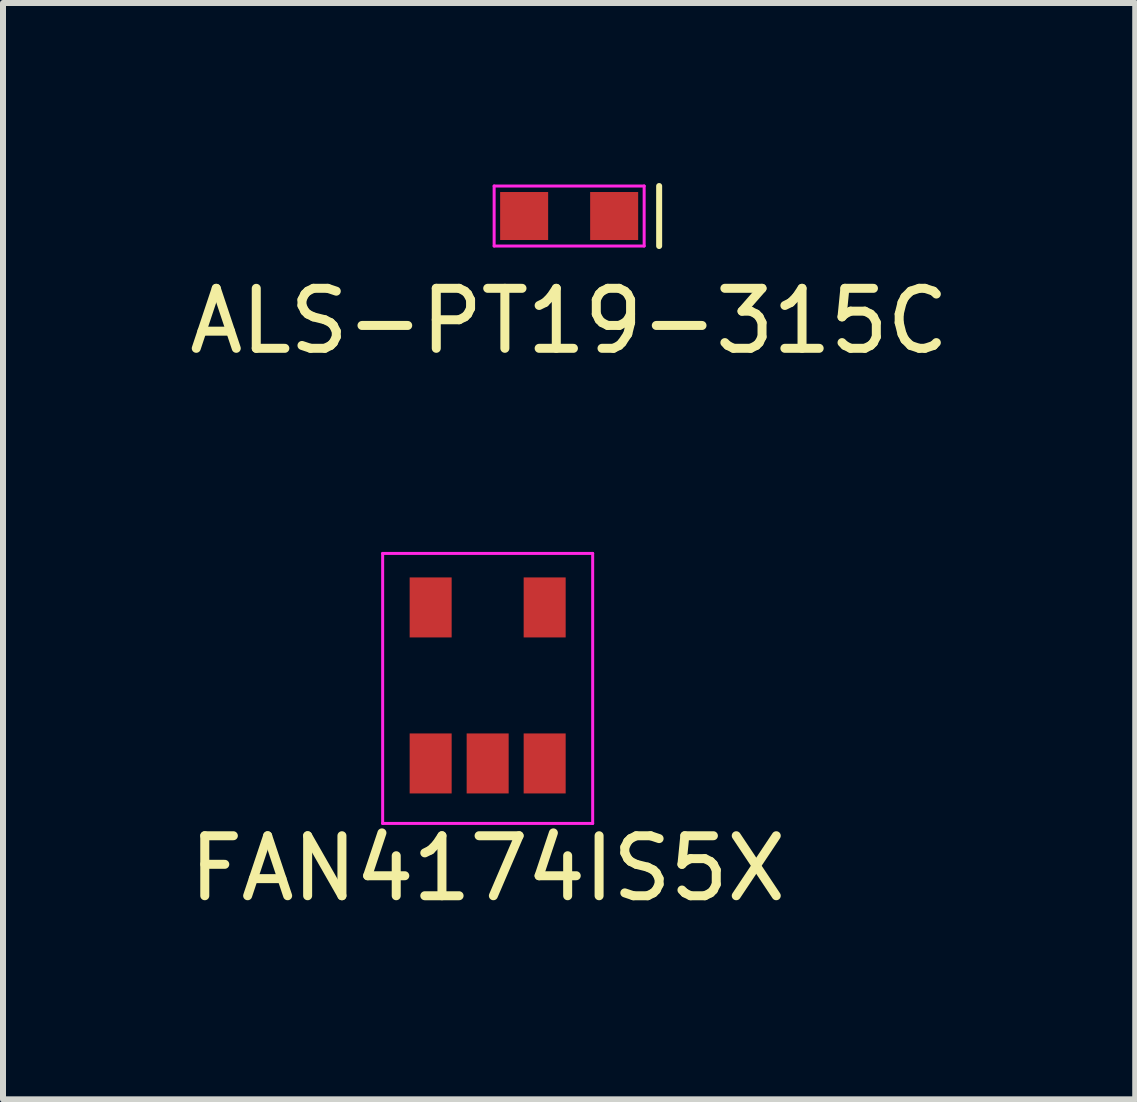
<source format=kicad_pcb>
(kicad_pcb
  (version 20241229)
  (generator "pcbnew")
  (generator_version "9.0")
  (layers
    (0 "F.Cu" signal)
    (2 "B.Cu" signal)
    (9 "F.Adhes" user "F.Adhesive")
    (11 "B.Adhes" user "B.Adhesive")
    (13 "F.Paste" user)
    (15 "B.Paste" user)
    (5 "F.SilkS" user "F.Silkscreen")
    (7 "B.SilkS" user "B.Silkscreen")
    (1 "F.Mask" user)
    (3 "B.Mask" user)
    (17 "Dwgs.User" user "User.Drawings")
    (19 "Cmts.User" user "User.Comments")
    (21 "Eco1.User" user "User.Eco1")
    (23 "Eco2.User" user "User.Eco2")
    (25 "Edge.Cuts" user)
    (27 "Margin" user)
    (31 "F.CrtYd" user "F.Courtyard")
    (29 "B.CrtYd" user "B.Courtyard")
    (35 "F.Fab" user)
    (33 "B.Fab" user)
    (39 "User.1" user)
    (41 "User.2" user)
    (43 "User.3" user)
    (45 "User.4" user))
  (footprint "ALS-PT19-315C"
    (layer "F.Cu")
    (at 6.435 0.55)
    (property "Reference" "ALS-PT19-315C" (at 0 1.75 0) (layer "F.SilkS") (effects (font (size 1 1) (thickness 0.15))))
    (attr smd)
    (fp_line (start 1.5 -0.5) (end 1.5 0.5) (stroke (width 0.1) (type solid)) (layer "F.SilkS"))
    (fp_line (start -1.25 -0.5) (end 1.25 -0.5) (stroke (width 0.05) (type solid)) (layer "F.CrtYd"))
    (fp_line (start -1.25 0.5) (end -1.25 -0.5) (stroke (width 0.05) (type solid)) (layer "F.CrtYd"))
    (fp_line (start 1.25 -0.5) (end 1.25 0.5) (stroke (width 0.05) (type solid)) (layer "F.CrtYd"))
    (fp_line (start 1.25 0.5) (end -1.25 0.5) (stroke (width 0.05) (type solid)) (layer "F.CrtYd"))
    (pad "1" smd rect (at -0.75 0) (size 0.8 0.8) (layers "F.Cu" "F.Mask" "F.Paste"))
    (pad "2" smd rect (at 0.75 0) (size 0.8 0.8) (layers "F.Cu" "F.Mask" "F.Paste")))
  (footprint "FAN4174IS5X"
    (layer "F.Cu")
    (at 5.077 9.673)
    (property "Reference" "FAN4174IS5X" (at 0 1.75 0) (layer "F.SilkS") (effects (font (size 1 1) (thickness 0.15))))
    (attr smd)
    (fp_line (start -1.75 -3.5) (end 1.75 -3.5) (stroke (width 0.05) (type solid)) (layer "F.CrtYd"))
    (fp_line (start -1.75 1) (end -1.75 -3.5) (stroke (width 0.05) (type solid)) (layer "F.CrtYd"))
    (fp_line (start 1.75 -3.5) (end 1.75 1) (stroke (width 0.05) (type solid)) (layer "F.CrtYd"))
    (fp_line (start 1.75 1) (end -1.75 1) (stroke (width 0.05) (type solid)) (layer "F.CrtYd"))
    (pad "1" smd rect (at -0.95 0) (size 0.7 1) (layers "F.Cu" "F.Mask" "F.Paste"))
    (pad "2" smd rect (at 0 0) (size 0.7 1) (layers "F.Cu" "F.Mask" "F.Paste"))
    (pad "3" smd rect (at 0.95 0) (size 0.7 1) (layers "F.Cu" "F.Mask" "F.Paste"))
    (pad "4" smd rect (at 0.95 -2.6) (size 0.7 1) (layers "F.Cu" "F.Mask" "F.Paste"))
    (pad "5" smd rect (at -0.95 -2.6) (size 0.7 1) (layers "F.Cu" "F.Mask" "F.Paste")))
  (gr_rect
    (start -3 -3)
    (end 15.869 15.271)
    (stroke (width 0.1) (type default))
    (fill no)
    (layer "Edge.Cuts")))
</source>
